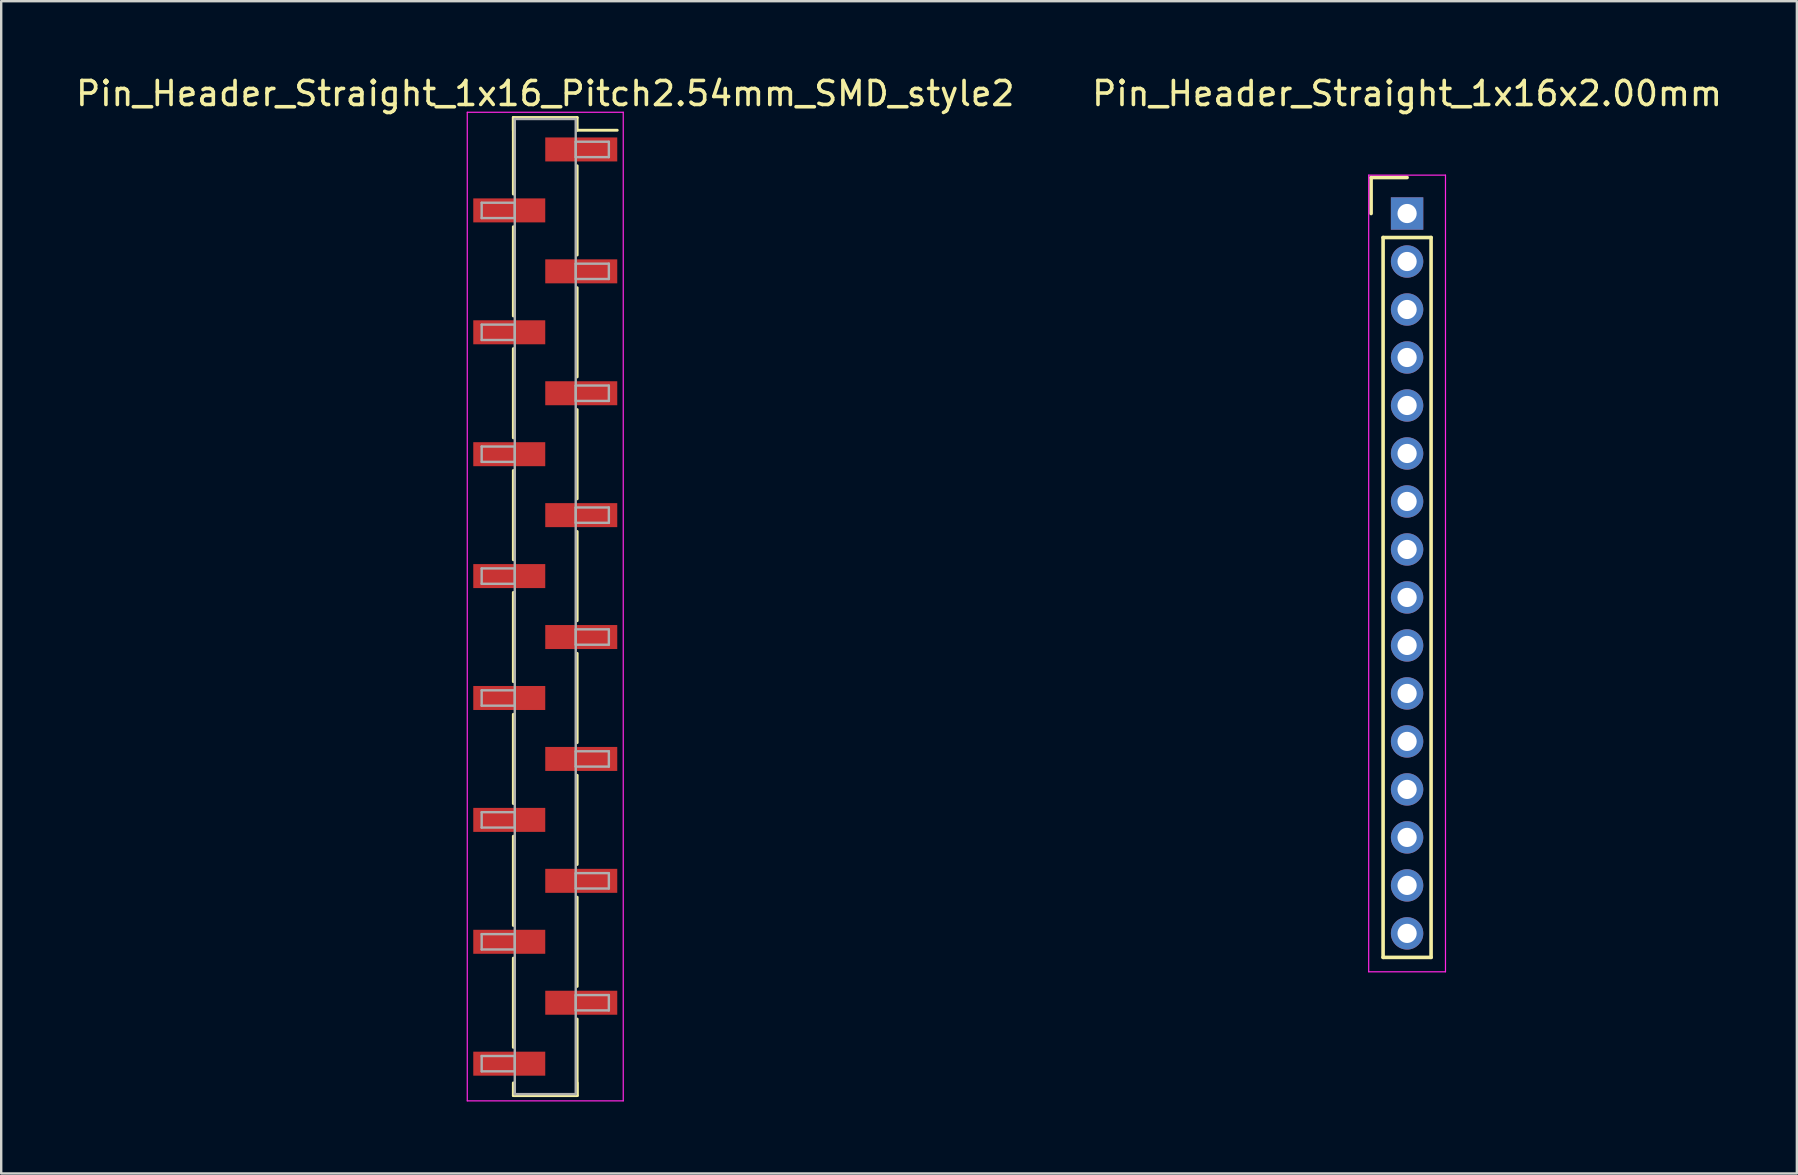
<source format=kicad_pcb>
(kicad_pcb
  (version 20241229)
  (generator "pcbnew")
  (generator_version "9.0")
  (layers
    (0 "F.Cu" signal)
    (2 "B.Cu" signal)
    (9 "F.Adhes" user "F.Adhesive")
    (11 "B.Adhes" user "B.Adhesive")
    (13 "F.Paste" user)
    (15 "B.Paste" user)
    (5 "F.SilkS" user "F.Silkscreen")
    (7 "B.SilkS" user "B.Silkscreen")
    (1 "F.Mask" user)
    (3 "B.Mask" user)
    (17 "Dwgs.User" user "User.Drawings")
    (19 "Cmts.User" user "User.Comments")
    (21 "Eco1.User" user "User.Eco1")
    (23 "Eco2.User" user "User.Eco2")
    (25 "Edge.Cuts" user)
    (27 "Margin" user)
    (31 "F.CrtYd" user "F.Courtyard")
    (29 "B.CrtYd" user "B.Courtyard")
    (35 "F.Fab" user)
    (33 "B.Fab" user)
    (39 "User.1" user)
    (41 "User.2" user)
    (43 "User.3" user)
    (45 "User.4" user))
  (footprint "Pin_Header_Straight_1x16_Pitch2.54mm_SMD_style2"
    (layer "F.Cu")
    (at 19.673 22.228)
    (property "Reference" "Pin_Header_Straight_1x16_Pitch2.54mm_SMD_style2" (at 0 -21.38 0) (layer "F.SilkS") (effects (font (size 1 1) (thickness 0.15))))
    (attr smd)
    (fp_line (start -1.33 -20.38) (end -1.33 -17.19) (stroke (width 0.12) (type solid)) (layer "F.SilkS"))
    (fp_line (start -1.33 -20.38) (end 1.33 -20.38) (stroke (width 0.12) (type solid)) (layer "F.SilkS"))
    (fp_line (start -1.33 -19.85) (end -1.33 -20.38) (stroke (width 0.12) (type solid)) (layer "F.SilkS"))
    (fp_line (start -1.33 -15.83) (end -1.33 -12.11) (stroke (width 0.12) (type solid)) (layer "F.SilkS"))
    (fp_line (start -1.33 -10.75) (end -1.33 -7.03) (stroke (width 0.12) (type solid)) (layer "F.SilkS"))
    (fp_line (start -1.33 -5.67) (end -1.33 -1.95) (stroke (width 0.12) (type solid)) (layer "F.SilkS"))
    (fp_line (start -1.33 -0.59) (end -1.33 3.13) (stroke (width 0.12) (type solid)) (layer "F.SilkS"))
    (fp_line (start -1.33 4.49) (end -1.33 8.21) (stroke (width 0.12) (type solid)) (layer "F.SilkS"))
    (fp_line (start -1.33 9.57) (end -1.33 13.29) (stroke (width 0.12) (type solid)) (layer "F.SilkS"))
    (fp_line (start -1.33 14.65) (end -1.33 18.37) (stroke (width 0.12) (type solid)) (layer "F.SilkS"))
    (fp_line (start -1.33 19.85) (end -1.33 20.38) (stroke (width 0.12) (type solid)) (layer "F.SilkS"))
    (fp_line (start -1.33 20.38) (end 1.33 20.38) (stroke (width 0.12) (type solid)) (layer "F.SilkS"))
    (fp_line (start 1.33 -20.38) (end 1.33 -19.85) (stroke (width 0.12) (type solid)) (layer "F.SilkS"))
    (fp_line (start 1.33 -19.85) (end 3 -19.85) (stroke (width 0.12) (type solid)) (layer "F.SilkS"))
    (fp_line (start 1.33 -18.37) (end 1.33 -14.65) (stroke (width 0.12) (type solid)) (layer "F.SilkS"))
    (fp_line (start 1.33 -13.29) (end 1.33 -9.57) (stroke (width 0.12) (type solid)) (layer "F.SilkS"))
    (fp_line (start 1.33 -8.21) (end 1.33 -4.49) (stroke (width 0.12) (type solid)) (layer "F.SilkS"))
    (fp_line (start 1.33 -3.13) (end 1.33 0.59) (stroke (width 0.12) (type solid)) (layer "F.SilkS"))
    (fp_line (start 1.33 1.95) (end 1.33 5.67) (stroke (width 0.12) (type solid)) (layer "F.SilkS"))
    (fp_line (start 1.33 7.03) (end 1.33 10.75) (stroke (width 0.12) (type solid)) (layer "F.SilkS"))
    (fp_line (start 1.33 12.11) (end 1.33 15.83) (stroke (width 0.12) (type solid)) (layer "F.SilkS"))
    (fp_line (start 1.33 17.19) (end 1.33 20.38) (stroke (width 0.12) (type solid)) (layer "F.SilkS"))
    (fp_line (start 1.33 20.38) (end 1.33 19.85) (stroke (width 0.12) (type solid)) (layer "F.SilkS"))
    (fp_line (start -3.25 -20.6) (end -3.25 20.6) (stroke (width 0.05) (type solid)) (layer "F.CrtYd"))
    (fp_line (start -3.25 20.6) (end 3.25 20.6) (stroke (width 0.05) (type solid)) (layer "F.CrtYd"))
    (fp_line (start 3.25 -20.6) (end -3.25 -20.6) (stroke (width 0.05) (type solid)) (layer "F.CrtYd"))
    (fp_line (start 3.25 20.6) (end 3.25 -20.6) (stroke (width 0.05) (type solid)) (layer "F.CrtYd"))
    (fp_line (start -2.65 -16.83) (end -1.27 -16.83) (stroke (width 0.1) (type solid)) (layer "F.Fab"))
    (fp_line (start -2.65 -16.19) (end -2.65 -16.83) (stroke (width 0.1) (type solid)) (layer "F.Fab"))
    (fp_line (start -2.65 -11.75) (end -1.27 -11.75) (stroke (width 0.1) (type solid)) (layer "F.Fab"))
    (fp_line (start -2.65 -11.11) (end -2.65 -11.75) (stroke (width 0.1) (type solid)) (layer "F.Fab"))
    (fp_line (start -2.65 -6.67) (end -1.27 -6.67) (stroke (width 0.1) (type solid)) (layer "F.Fab"))
    (fp_line (start -2.65 -6.03) (end -2.65 -6.67) (stroke (width 0.1) (type solid)) (layer "F.Fab"))
    (fp_line (start -2.65 -1.59) (end -1.27 -1.59) (stroke (width 0.1) (type solid)) (layer "F.Fab"))
    (fp_line (start -2.65 -0.95) (end -2.65 -1.59) (stroke (width 0.1) (type solid)) (layer "F.Fab"))
    (fp_line (start -2.65 3.49) (end -1.27 3.49) (stroke (width 0.1) (type solid)) (layer "F.Fab"))
    (fp_line (start -2.65 4.13) (end -2.65 3.49) (stroke (width 0.1) (type solid)) (layer "F.Fab"))
    (fp_line (start -2.65 8.57) (end -1.27 8.57) (stroke (width 0.1) (type solid)) (layer "F.Fab"))
    (fp_line (start -2.65 9.21) (end -2.65 8.57) (stroke (width 0.1) (type solid)) (layer "F.Fab"))
    (fp_line (start -2.65 13.65) (end -1.27 13.65) (stroke (width 0.1) (type solid)) (layer "F.Fab"))
    (fp_line (start -2.65 14.29) (end -2.65 13.65) (stroke (width 0.1) (type solid)) (layer "F.Fab"))
    (fp_line (start -2.65 18.73) (end -1.27 18.73) (stroke (width 0.1) (type solid)) (layer "F.Fab"))
    (fp_line (start -2.65 19.37) (end -2.65 18.73) (stroke (width 0.1) (type solid)) (layer "F.Fab"))
    (fp_line (start -1.27 -20.32) (end -1.27 20.32) (stroke (width 0.1) (type solid)) (layer "F.Fab"))
    (fp_line (start -1.27 -16.83) (end -1.27 -16.19) (stroke (width 0.1) (type solid)) (layer "F.Fab"))
    (fp_line (start -1.27 -16.19) (end -2.65 -16.19) (stroke (width 0.1) (type solid)) (layer "F.Fab"))
    (fp_line (start -1.27 -11.75) (end -1.27 -11.11) (stroke (width 0.1) (type solid)) (layer "F.Fab"))
    (fp_line (start -1.27 -11.11) (end -2.65 -11.11) (stroke (width 0.1) (type solid)) (layer "F.Fab"))
    (fp_line (start -1.27 -6.67) (end -1.27 -6.03) (stroke (width 0.1) (type solid)) (layer "F.Fab"))
    (fp_line (start -1.27 -6.03) (end -2.65 -6.03) (stroke (width 0.1) (type solid)) (layer "F.Fab"))
    (fp_line (start -1.27 -1.59) (end -1.27 -0.95) (stroke (width 0.1) (type solid)) (layer "F.Fab"))
    (fp_line (start -1.27 -0.95) (end -2.65 -0.95) (stroke (width 0.1) (type solid)) (layer "F.Fab"))
    (fp_line (start -1.27 3.49) (end -1.27 4.13) (stroke (width 0.1) (type solid)) (layer "F.Fab"))
    (fp_line (start -1.27 4.13) (end -2.65 4.13) (stroke (width 0.1) (type solid)) (layer "F.Fab"))
    (fp_line (start -1.27 8.57) (end -1.27 9.21) (stroke (width 0.1) (type solid)) (layer "F.Fab"))
    (fp_line (start -1.27 9.21) (end -2.65 9.21) (stroke (width 0.1) (type solid)) (layer "F.Fab"))
    (fp_line (start -1.27 13.65) (end -1.27 14.29) (stroke (width 0.1) (type solid)) (layer "F.Fab"))
    (fp_line (start -1.27 14.29) (end -2.65 14.29) (stroke (width 0.1) (type solid)) (layer "F.Fab"))
    (fp_line (start -1.27 18.73) (end -1.27 19.37) (stroke (width 0.1) (type solid)) (layer "F.Fab"))
    (fp_line (start -1.27 19.37) (end -2.65 19.37) (stroke (width 0.1) (type solid)) (layer "F.Fab"))
    (fp_line (start -1.27 20.32) (end 1.27 20.32) (stroke (width 0.1) (type solid)) (layer "F.Fab"))
    (fp_line (start 1.27 -20.32) (end -1.27 -20.32) (stroke (width 0.1) (type solid)) (layer "F.Fab"))
    (fp_line (start 1.27 -19.37) (end 1.27 -18.73) (stroke (width 0.1) (type solid)) (layer "F.Fab"))
    (fp_line (start 1.27 -18.73) (end 2.65 -18.73) (stroke (width 0.1) (type solid)) (layer "F.Fab"))
    (fp_line (start 1.27 -14.29) (end 1.27 -13.65) (stroke (width 0.1) (type solid)) (layer "F.Fab"))
    (fp_line (start 1.27 -13.65) (end 2.65 -13.65) (stroke (width 0.1) (type solid)) (layer "F.Fab"))
    (fp_line (start 1.27 -9.21) (end 1.27 -8.57) (stroke (width 0.1) (type solid)) (layer "F.Fab"))
    (fp_line (start 1.27 -8.57) (end 2.65 -8.57) (stroke (width 0.1) (type solid)) (layer "F.Fab"))
    (fp_line (start 1.27 -4.13) (end 1.27 -3.49) (stroke (width 0.1) (type solid)) (layer "F.Fab"))
    (fp_line (start 1.27 -3.49) (end 2.65 -3.49) (stroke (width 0.1) (type solid)) (layer "F.Fab"))
    (fp_line (start 1.27 0.95) (end 1.27 1.59) (stroke (width 0.1) (type solid)) (layer "F.Fab"))
    (fp_line (start 1.27 1.59) (end 2.65 1.59) (stroke (width 0.1) (type solid)) (layer "F.Fab"))
    (fp_line (start 1.27 6.03) (end 1.27 6.67) (stroke (width 0.1) (type solid)) (layer "F.Fab"))
    (fp_line (start 1.27 6.67) (end 2.65 6.67) (stroke (width 0.1) (type solid)) (layer "F.Fab"))
    (fp_line (start 1.27 11.11) (end 1.27 11.75) (stroke (width 0.1) (type solid)) (layer "F.Fab"))
    (fp_line (start 1.27 11.75) (end 2.65 11.75) (stroke (width 0.1) (type solid)) (layer "F.Fab"))
    (fp_line (start 1.27 16.19) (end 1.27 16.83) (stroke (width 0.1) (type solid)) (layer "F.Fab"))
    (fp_line (start 1.27 16.83) (end 2.65 16.83) (stroke (width 0.1) (type solid)) (layer "F.Fab"))
    (fp_line (start 1.27 20.32) (end 1.27 -20.32) (stroke (width 0.1) (type solid)) (layer "F.Fab"))
    (fp_line (start 2.65 -19.37) (end 1.27 -19.37) (stroke (width 0.1) (type solid)) (layer "F.Fab"))
    (fp_line (start 2.65 -18.73) (end 2.65 -19.37) (stroke (width 0.1) (type solid)) (layer "F.Fab"))
    (fp_line (start 2.65 -14.29) (end 1.27 -14.29) (stroke (width 0.1) (type solid)) (layer "F.Fab"))
    (fp_line (start 2.65 -13.65) (end 2.65 -14.29) (stroke (width 0.1) (type solid)) (layer "F.Fab"))
    (fp_line (start 2.65 -9.21) (end 1.27 -9.21) (stroke (width 0.1) (type solid)) (layer "F.Fab"))
    (fp_line (start 2.65 -8.57) (end 2.65 -9.21) (stroke (width 0.1) (type solid)) (layer "F.Fab"))
    (fp_line (start 2.65 -4.13) (end 1.27 -4.13) (stroke (width 0.1) (type solid)) (layer "F.Fab"))
    (fp_line (start 2.65 -3.49) (end 2.65 -4.13) (stroke (width 0.1) (type solid)) (layer "F.Fab"))
    (fp_line (start 2.65 0.95) (end 1.27 0.95) (stroke (width 0.1) (type solid)) (layer "F.Fab"))
    (fp_line (start 2.65 1.59) (end 2.65 0.95) (stroke (width 0.1) (type solid)) (layer "F.Fab"))
    (fp_line (start 2.65 6.03) (end 1.27 6.03) (stroke (width 0.1) (type solid)) (layer "F.Fab"))
    (fp_line (start 2.65 6.67) (end 2.65 6.03) (stroke (width 0.1) (type solid)) (layer "F.Fab"))
    (fp_line (start 2.65 11.11) (end 1.27 11.11) (stroke (width 0.1) (type solid)) (layer "F.Fab"))
    (fp_line (start 2.65 11.75) (end 2.65 11.11) (stroke (width 0.1) (type solid)) (layer "F.Fab"))
    (fp_line (start 2.65 16.19) (end 1.27 16.19) (stroke (width 0.1) (type solid)) (layer "F.Fab"))
    (fp_line (start 2.65 16.83) (end 2.65 16.19) (stroke (width 0.1) (type solid)) (layer "F.Fab"))
    (pad "1" smd rect (at 1.5 -19.05) (size 3 1) (layers "F.Cu" "F.Mask"))
    (pad "2" smd rect (at -1.5 -16.51) (size 3 1) (layers "F.Cu" "F.Mask"))
    (pad "3" smd rect (at 1.5 -13.97) (size 3 1) (layers "F.Cu" "F.Mask"))
    (pad "4" smd rect (at -1.5 -11.43) (size 3 1) (layers "F.Cu" "F.Mask"))
    (pad "5" smd rect (at 1.5 -8.89) (size 3 1) (layers "F.Cu" "F.Mask"))
    (pad "6" smd rect (at -1.5 -6.35) (size 3 1) (layers "F.Cu" "F.Mask"))
    (pad "7" smd rect (at 1.5 -3.81) (size 3 1) (layers "F.Cu" "F.Mask"))
    (pad "8" smd rect (at -1.5 -1.27) (size 3 1) (layers "F.Cu" "F.Mask"))
    (pad "9" smd rect (at 1.5 1.27) (size 3 1) (layers "F.Cu" "F.Mask"))
    (pad "10" smd rect (at -1.5 3.81) (size 3 1) (layers "F.Cu" "F.Mask"))
    (pad "11" smd rect (at 1.5 6.35) (size 3 1) (layers "F.Cu" "F.Mask"))
    (pad "12" smd rect (at -1.5 8.89) (size 3 1) (layers "F.Cu" "F.Mask"))
    (pad "13" smd rect (at 1.5 11.43) (size 3 1) (layers "F.Cu" "F.Mask"))
    (pad "14" smd rect (at -1.5 13.97) (size 3 1) (layers "F.Cu" "F.Mask"))
    (pad "15" smd rect (at 1.5 16.51) (size 3 1) (layers "F.Cu" "F.Mask"))
    (pad "16" smd rect (at -1.5 19.05) (size 3 1) (layers "F.Cu" "F.Mask")))
  (footprint "Pin_Header_Straight_1x16x2.00mm"
    (layer "F.Cu")
    (at 55.589 5.848)
    (property "Reference" "Pin_Header_Straight_1x16x2.00mm" (at 0 -5 0) (layer "F.SilkS") (effects (font (size 1 1) (thickness 0.15))))
    (attr through_hole)
    (fp_line (start -1.5 -1.5) (end 0 -1.5) (stroke (width 0.15) (type solid)) (layer "F.SilkS"))
    (fp_line (start -1.5 0) (end -1.5 -1.5) (stroke (width 0.15) (type solid)) (layer "F.SilkS"))
    (fp_line (start -1 1) (end 1 1) (stroke (width 0.15) (type solid)) (layer "F.SilkS"))
    (fp_line (start -1 31) (end -1 1) (stroke (width 0.15) (type solid)) (layer "F.SilkS"))
    (fp_line (start 1 1) (end 1 31) (stroke (width 0.15) (type solid)) (layer "F.SilkS"))
    (fp_line (start 1 31) (end -1 31) (stroke (width 0.15) (type solid)) (layer "F.SilkS"))
    (fp_line (start -1.6 -1.6) (end 1.6 -1.6) (stroke (width 0.05) (type solid)) (layer "F.CrtYd"))
    (fp_line (start -1.6 31.6) (end -1.6 -1.6) (stroke (width 0.05) (type solid)) (layer "F.CrtYd"))
    (fp_line (start 1.6 -1.6) (end 1.6 31.6) (stroke (width 0.05) (type solid)) (layer "F.CrtYd"))
    (fp_line (start 1.6 31.6) (end -1.6 31.6) (stroke (width 0.05) (type solid)) (layer "F.CrtYd"))
    (pad "1" thru_hole rect (at 0 0) (size 1.35 1.35) (drill 0.8) (layers "*.Cu" "*.Mask"))
    (pad "2" thru_hole circle (at 0 2) (size 1.35 1.35) (drill 0.8) (layers "*.Cu" "*.Mask"))
    (pad "3" thru_hole circle (at 0 4) (size 1.35 1.35) (drill 0.8) (layers "*.Cu" "*.Mask"))
    (pad "4" thru_hole circle (at 0 6) (size 1.35 1.35) (drill 0.8) (layers "*.Cu" "*.Mask"))
    (pad "5" thru_hole circle (at 0 8) (size 1.35 1.35) (drill 0.8) (layers "*.Cu" "*.Mask"))
    (pad "6" thru_hole circle (at 0 10) (size 1.35 1.35) (drill 0.8) (layers "*.Cu" "*.Mask"))
    (pad "7" thru_hole circle (at 0 12) (size 1.35 1.35) (drill 0.8) (layers "*.Cu" "*.Mask"))
    (pad "8" thru_hole circle (at 0 14) (size 1.35 1.35) (drill 0.8) (layers "*.Cu" "*.Mask"))
    (pad "9" thru_hole circle (at 0 16) (size 1.35 1.35) (drill 0.8) (layers "*.Cu" "*.Mask"))
    (pad "10" thru_hole circle (at 0 18) (size 1.35 1.35) (drill 0.8) (layers "*.Cu" "*.Mask"))
    (pad "11" thru_hole circle (at 0 20) (size 1.35 1.35) (drill 0.8) (layers "*.Cu" "*.Mask"))
    (pad "12" thru_hole circle (at 0 22) (size 1.35 1.35) (drill 0.8) (layers "*.Cu" "*.Mask"))
    (pad "13" thru_hole circle (at 0 24) (size 1.35 1.35) (drill 0.8) (layers "*.Cu" "*.Mask"))
    (pad "14" thru_hole circle (at 0 26) (size 1.35 1.35) (drill 0.8) (layers "*.Cu" "*.Mask"))
    (pad "15" thru_hole circle (at 0 28) (size 1.35 1.35) (drill 0.8) (layers "*.Cu" "*.Mask"))
    (pad "16" thru_hole circle (at 0 30) (size 1.35 1.35) (drill 0.8) (layers "*.Cu" "*.Mask")))
  (gr_rect
    (start -3 -3)
    (end 71.833 45.853)
    (stroke (width 0.1) (type default))
    (fill no)
    (layer "Edge.Cuts")))
</source>
